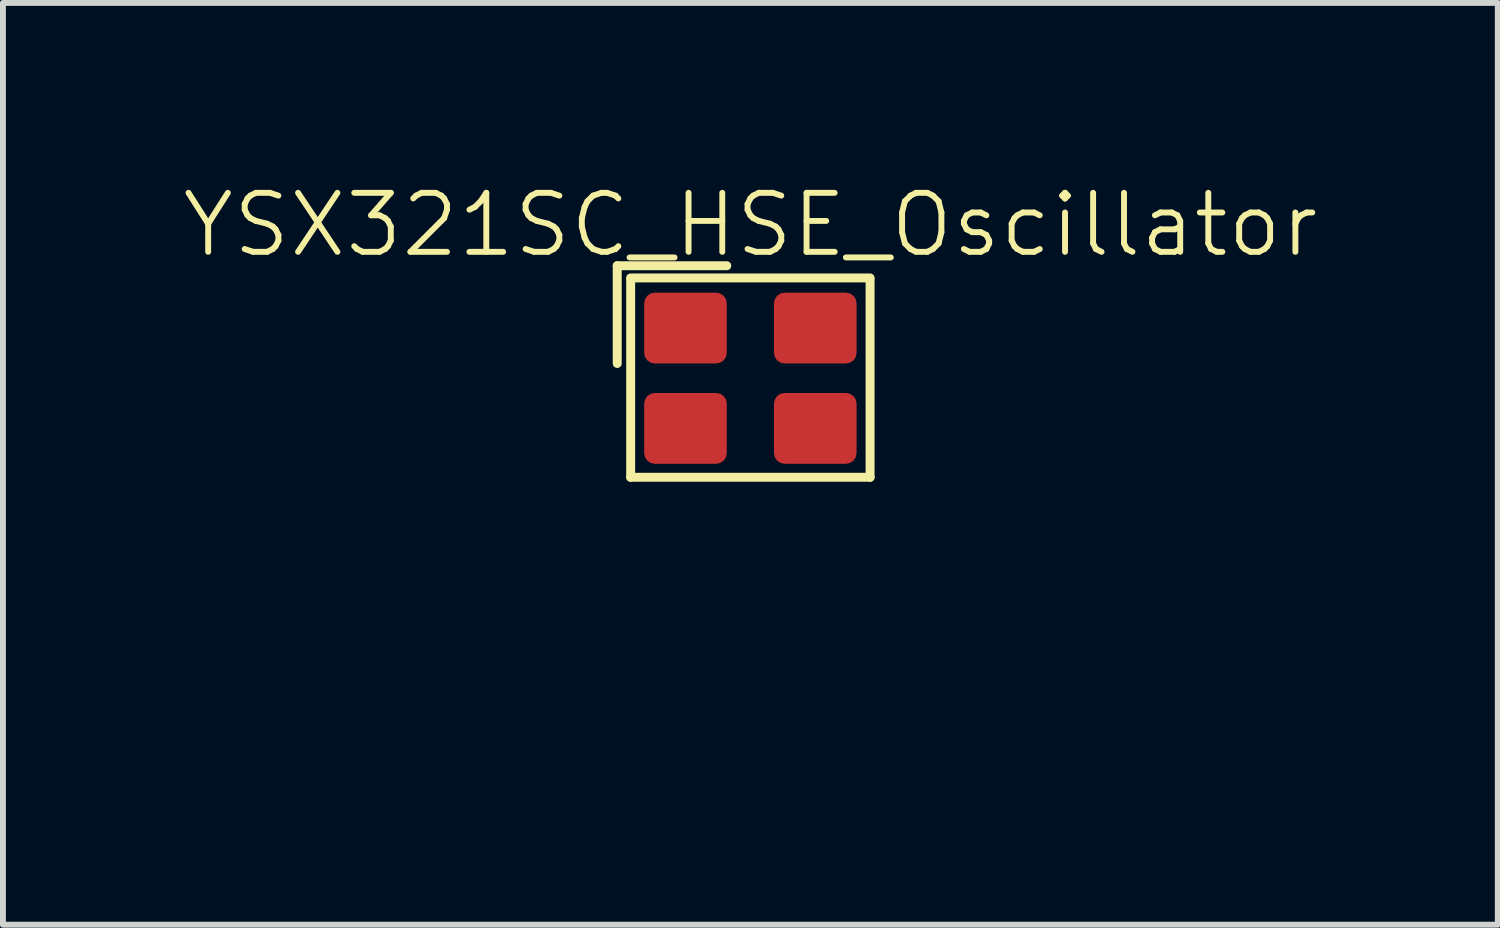
<source format=kicad_pcb>
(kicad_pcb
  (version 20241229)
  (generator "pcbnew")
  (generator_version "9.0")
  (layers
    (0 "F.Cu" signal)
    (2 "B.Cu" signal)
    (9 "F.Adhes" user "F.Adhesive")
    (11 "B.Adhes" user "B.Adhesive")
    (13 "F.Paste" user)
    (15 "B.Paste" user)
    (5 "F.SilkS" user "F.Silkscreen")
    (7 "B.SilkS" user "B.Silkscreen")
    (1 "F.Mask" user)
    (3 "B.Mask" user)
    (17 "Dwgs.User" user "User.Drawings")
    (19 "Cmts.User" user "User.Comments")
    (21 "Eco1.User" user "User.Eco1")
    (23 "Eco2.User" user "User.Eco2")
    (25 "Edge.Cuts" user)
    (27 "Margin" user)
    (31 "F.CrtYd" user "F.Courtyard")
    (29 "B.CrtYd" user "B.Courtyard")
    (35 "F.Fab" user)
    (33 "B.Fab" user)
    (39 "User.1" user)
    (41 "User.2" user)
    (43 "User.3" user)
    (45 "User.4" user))
  (footprint "YSX321SC_HSE_Oscillator"
    (layer "F.Cu")
    (at 9.669 3.361)
    (property "Reference" "YSX321SC_HSE_Oscillator" (at 0 -2.6 0) (unlocked yes) (layer "F.SilkS") (effects (font (size 1 1) (thickness 0.1))))
    (attr through_hole)
    (fp_line (start -2.257 -1.907) (end -0.4 -1.907) (stroke (width 0.152) (type default)) (layer "F.SilkS"))
    (fp_line (start -2.257 -0.25) (end -2.257 -1.907) (stroke (width 0.152) (type default)) (layer "F.SilkS"))
    (fp_line (start -2.029 -1.7) (end 2.029 -1.7) (stroke (width 0.152) (type solid)) (layer "F.SilkS"))
    (fp_line (start -2.029 -1.678) (end -2.029 1.679) (stroke (width 0.152) (type solid)) (layer "F.SilkS"))
    (fp_line (start -2.029 1.679) (end 2.029 1.679) (stroke (width 0.152) (type solid)) (layer "F.SilkS"))
    (fp_line (start 2.029 1.679) (end 2.029 -1.678) (stroke (width 0.152) (type solid)) (layer "F.SilkS"))
    (fp_text user "" (at 0 6 0) (unlocked yes) (layer "F.Fab") (effects (font (size 1 1) (thickness 0.15))))
    (pad "1" smd roundrect (at -1.1 -0.85) (size 1.4 1.2) (layers "F.Cu" "F.Mask") (roundrect_rratio 0.15))
    (pad "2" smd roundrect (at 1.1 -0.85) (size 1.4 1.2) (layers "F.Cu" "F.Mask") (roundrect_rratio 0.15))
    (pad "3" smd roundrect (at 1.1 0.85) (size 1.4 1.2) (layers "F.Cu" "F.Mask") (roundrect_rratio 0.15))
    (pad "4" smd roundrect (at -1.1 0.85) (size 1.4 1.2) (layers "F.Cu" "F.Mask") (roundrect_rratio 0.15)))
  (gr_rect
    (start -3 -3)
    (end 22.338 12.624)
    (stroke (width 0.1) (type default))
    (fill no)
    (layer "Edge.Cuts")))
</source>
